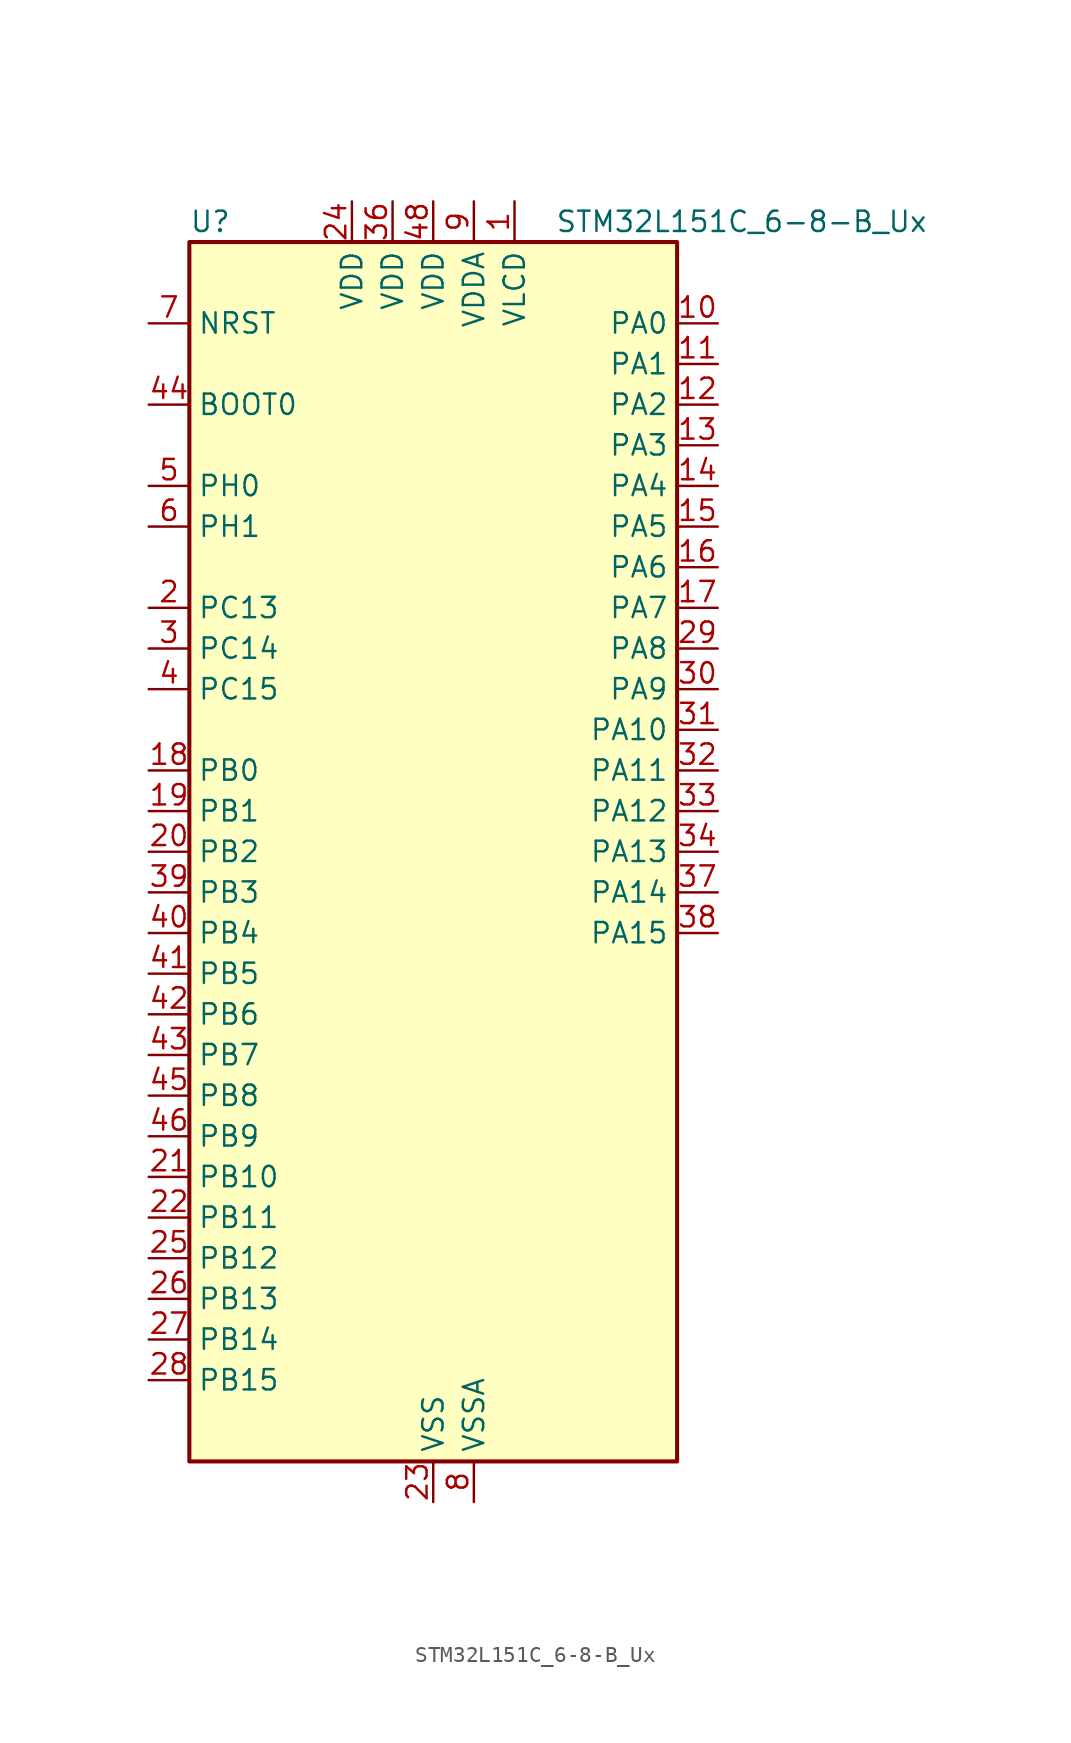
<source format=kicad_sym>
(kicad_symbol_lib
  (version 20241209)
  (generator "kicad_symbol_editor")
  (generator_version "9.0")
  (symbol "STM32L151C_6-8-B_Ux"
    (property "Reference" "U"
      (at -15.24 39.37 0)
      (effects (font (size 1.27 1.27)) (justify left)))
    (property "Value" "STM32L151C_6-8-B_Ux"
      (at 7.62 39.37 0)
      (effects (font (size 1.27 1.27)) (justify left)))
    (symbol "STM32L151C_6-8-B_Ux_0_1"
      (rectangle (start -15.24 -38.1) (end 15.24 38.1) (stroke (width 0.254) (type default)) (fill (type background))))
    (symbol "STM32L151C_6-8-B_Ux_1_1"
      (pin input line (at -17.78 33.02 0) (length 2.54) (name "NRST" (effects (font (size 1.27 1.27)))) (number "7" (effects (font (size 1.27 1.27)))))
      (pin input line (at -17.78 27.94 0) (length 2.54) (name "BOOT0" (effects (font (size 1.27 1.27)))) (number "44" (effects (font (size 1.27 1.27)))))
      (pin bidirectional line (at -17.78 22.86 0) (length 2.54) (name "PH0" (effects (font (size 1.27 1.27)))) (number "5" (effects (font (size 1.27 1.27)))) (alternate "RCC_OSC_IN" bidirectional line))
      (pin bidirectional line (at -17.78 20.32 0) (length 2.54) (name "PH1" (effects (font (size 1.27 1.27)))) (number "6" (effects (font (size 1.27 1.27)))) (alternate "RCC_OSC_OUT" bidirectional line))
      (pin bidirectional line (at -17.78 15.24 0) (length 2.54) (name "PC13" (effects (font (size 1.27 1.27)))) (number "2" (effects (font (size 1.27 1.27)))) (alternate "RTC_OUT_ALARM" bidirectional line) (alternate "RTC_OUT_CALIB" bidirectional line) (alternate "RTC_TAMP1" bidirectional line) (alternate "RTC_TS" bidirectional line) (alternate "SYS_WKUP2" bidirectional line) (alternate "TIMX_IC2" bidirectional line))
      (pin bidirectional line (at -17.78 12.7 0) (length 2.54) (name "PC14" (effects (font (size 1.27 1.27)))) (number "3" (effects (font (size 1.27 1.27)))) (alternate "RCC_OSC32_IN" bidirectional line) (alternate "TIMX_IC3" bidirectional line))
      (pin bidirectional line (at -17.78 10.16 0) (length 2.54) (name "PC15" (effects (font (size 1.27 1.27)))) (number "4" (effects (font (size 1.27 1.27)))) (alternate "ADC_EXTI15" bidirectional line) (alternate "RCC_OSC32_OUT" bidirectional line) (alternate "TIMX_IC4" bidirectional line))
      (pin bidirectional line (at -17.78 5.08 0) (length 2.54) (name "PB0" (effects (font (size 1.27 1.27)))) (number "18" (effects (font (size 1.27 1.27)))) (alternate "ADC_IN8" bidirectional line) (alternate "COMP1_INP" bidirectional line) (alternate "SYS_V_REF_OUT" bidirectional line) (alternate "TIM3_CH3" bidirectional line) (alternate "TS_G3_IO1" bidirectional line))
      (pin bidirectional line (at -17.78 2.54 0) (length 2.54) (name "PB1" (effects (font (size 1.27 1.27)))) (number "19" (effects (font (size 1.27 1.27)))) (alternate "ADC_IN9" bidirectional line) (alternate "COMP1_INP" bidirectional line) (alternate "SYS_V_REF_OUT" bidirectional line) (alternate "TIM3_CH4" bidirectional line) (alternate "TS_G3_IO2" bidirectional line))
      (pin bidirectional line (at -17.78 0 0) (length 2.54) (name "PB2" (effects (font (size 1.27 1.27)))) (number "20" (effects (font (size 1.27 1.27)))))
      (pin bidirectional line (at -17.78 -2.54 0) (length 2.54) (name "PB3" (effects (font (size 1.27 1.27)))) (number "39" (effects (font (size 1.27 1.27)))) (alternate "COMP2_INM" bidirectional line) (alternate "SPI1_SCK" bidirectional line) (alternate "SYS_JTDO-TRACESWO" bidirectional line) (alternate "TIM2_CH2" bidirectional line))
      (pin bidirectional line (at -17.78 -5.08 0) (length 2.54) (name "PB4" (effects (font (size 1.27 1.27)))) (number "40" (effects (font (size 1.27 1.27)))) (alternate "COMP2_INP" bidirectional line) (alternate "SPI1_MISO" bidirectional line) (alternate "SYS_JTRST" bidirectional line) (alternate "TIM3_CH1" bidirectional line) (alternate "TS_G6_IO1" bidirectional line))
      (pin bidirectional line (at -17.78 -7.62 0) (length 2.54) (name "PB5" (effects (font (size 1.27 1.27)))) (number "41" (effects (font (size 1.27 1.27)))) (alternate "COMP2_INP" bidirectional line) (alternate "I2C1_SMBA" bidirectional line) (alternate "SPI1_MOSI" bidirectional line) (alternate "TIM3_CH2" bidirectional line) (alternate "TS_G6_IO2" bidirectional line))
      (pin bidirectional line (at -17.78 -10.16 0) (length 2.54) (name "PB6" (effects (font (size 1.27 1.27)))) (number "42" (effects (font (size 1.27 1.27)))) (alternate "I2C1_SCL" bidirectional line) (alternate "TIM4_CH1" bidirectional line) (alternate "USART1_TX" bidirectional line))
      (pin bidirectional line (at -17.78 -12.7 0) (length 2.54) (name "PB7" (effects (font (size 1.27 1.27)))) (number "43" (effects (font (size 1.27 1.27)))) (alternate "I2C1_SDA" bidirectional line) (alternate "SYS_PVD_IN" bidirectional line) (alternate "TIM4_CH2" bidirectional line) (alternate "USART1_RX" bidirectional line))
      (pin bidirectional line (at -17.78 -15.24 0) (length 2.54) (name "PB8" (effects (font (size 1.27 1.27)))) (number "45" (effects (font (size 1.27 1.27)))) (alternate "I2C1_SCL" bidirectional line) (alternate "TIM10_CH1" bidirectional line) (alternate "TIM4_CH3" bidirectional line))
      (pin bidirectional line (at -17.78 -17.78 0) (length 2.54) (name "PB9" (effects (font (size 1.27 1.27)))) (number "46" (effects (font (size 1.27 1.27)))) (alternate "DAC_EXTI9" bidirectional line) (alternate "I2C1_SDA" bidirectional line) (alternate "TIM11_CH1" bidirectional line) (alternate "TIM4_CH4" bidirectional line))
      (pin bidirectional line (at -17.78 -20.32 0) (length 2.54) (name "PB10" (effects (font (size 1.27 1.27)))) (number "21" (effects (font (size 1.27 1.27)))) (alternate "I2C2_SCL" bidirectional line) (alternate "TIM2_CH3" bidirectional line) (alternate "USART3_TX" bidirectional line))
      (pin bidirectional line (at -17.78 -22.86 0) (length 2.54) (name "PB11" (effects (font (size 1.27 1.27)))) (number "22" (effects (font (size 1.27 1.27)))) (alternate "ADC_EXTI11" bidirectional line) (alternate "I2C2_SDA" bidirectional line) (alternate "TIM2_CH4" bidirectional line) (alternate "USART3_RX" bidirectional line))
      (pin bidirectional line (at -17.78 -25.4 0) (length 2.54) (name "PB12" (effects (font (size 1.27 1.27)))) (number "25" (effects (font (size 1.27 1.27)))) (alternate "ADC_IN18" bidirectional line) (alternate "COMP1_INP" bidirectional line) (alternate "I2C2_SMBA" bidirectional line) (alternate "SPI2_NSS" bidirectional line) (alternate "TIM10_CH1" bidirectional line) (alternate "TS_G7_IO1" bidirectional line) (alternate "USART3_CK" bidirectional line))
      (pin bidirectional line (at -17.78 -27.94 0) (length 2.54) (name "PB13" (effects (font (size 1.27 1.27)))) (number "26" (effects (font (size 1.27 1.27)))) (alternate "ADC_IN19" bidirectional line) (alternate "COMP1_INP" bidirectional line) (alternate "SPI2_SCK" bidirectional line) (alternate "TIM9_CH1" bidirectional line) (alternate "TS_G7_IO2" bidirectional line) (alternate "USART3_CTS" bidirectional line))
      (pin bidirectional line (at -17.78 -30.48 0) (length 2.54) (name "PB14" (effects (font (size 1.27 1.27)))) (number "27" (effects (font (size 1.27 1.27)))) (alternate "ADC_IN20" bidirectional line) (alternate "COMP1_INP" bidirectional line) (alternate "SPI2_MISO" bidirectional line) (alternate "TIM9_CH2" bidirectional line) (alternate "TS_G7_IO3" bidirectional line) (alternate "USART3_RTS" bidirectional line))
      (pin bidirectional line (at -17.78 -33.02 0) (length 2.54) (name "PB15" (effects (font (size 1.27 1.27)))) (number "28" (effects (font (size 1.27 1.27)))) (alternate "ADC_EXTI15" bidirectional line) (alternate "ADC_IN21" bidirectional line) (alternate "COMP1_INP" bidirectional line) (alternate "RTC_REFIN" bidirectional line) (alternate "SPI2_MOSI" bidirectional line) (alternate "TIM11_CH1" bidirectional line) (alternate "TS_G7_IO4" bidirectional line))
      (pin power_in line (at -5.08 40.64 270) (length 2.54) (name "VDD" (effects (font (size 1.27 1.27)))) (number "24" (effects (font (size 1.27 1.27)))))
      (pin power_in line (at -2.54 40.64 270) (length 2.54) (name "VDD" (effects (font (size 1.27 1.27)))) (number "36" (effects (font (size 1.27 1.27)))))
      (pin power_in line (at 0 40.64 270) (length 2.54) (name "VDD" (effects (font (size 1.27 1.27)))) (number "48" (effects (font (size 1.27 1.27)))))
      (pin power_in line (at 0 -40.64 90) (length 2.54) (name "VSS" (effects (font (size 1.27 1.27)))) (number "23" (effects (font (size 1.27 1.27)))))
      (pin passive line (at 0 -40.64 90) (length 2.54) (hide yes) (name "VSS" (effects (font (size 1.27 1.27)))) (number "35" (effects (font (size 1.27 1.27)))))
      (pin passive line (at 0 -40.64 90) (length 2.54) (hide yes) (name "VSS" (effects (font (size 1.27 1.27)))) (number "47" (effects (font (size 1.27 1.27)))))
      (pin passive line (at 0 -40.64 90) (length 2.54) (hide yes) (name "VSS" (effects (font (size 1.27 1.27)))) (number "49" (effects (font (size 1.27 1.27)))))
      (pin power_in line (at 2.54 40.64 270) (length 2.54) (name "VDDA" (effects (font (size 1.27 1.27)))) (number "9" (effects (font (size 1.27 1.27)))))
      (pin power_in line (at 2.54 -40.64 90) (length 2.54) (name "VSSA" (effects (font (size 1.27 1.27)))) (number "8" (effects (font (size 1.27 1.27)))))
      (pin power_in line (at 5.08 40.64 270) (length 2.54) (name "VLCD" (effects (font (size 1.27 1.27)))) (number "1" (effects (font (size 1.27 1.27)))))
      (pin bidirectional line (at 17.78 33.02 180) (length 2.54) (name "PA0" (effects (font (size 1.27 1.27)))) (number "10" (effects (font (size 1.27 1.27)))) (alternate "ADC_IN0" bidirectional line) (alternate "COMP1_INP" bidirectional line) (alternate "SYS_WKUP1" bidirectional line) (alternate "TIM2_CH1" bidirectional line) (alternate "TIM2_ETR" bidirectional line) (alternate "TIMX_IC1" bidirectional line) (alternate "TS_G1_IO1" bidirectional line) (alternate "USART2_CTS" bidirectional line))
      (pin bidirectional line (at 17.78 30.48 180) (length 2.54) (name "PA1" (effects (font (size 1.27 1.27)))) (number "11" (effects (font (size 1.27 1.27)))) (alternate "ADC_IN1" bidirectional line) (alternate "COMP1_INP" bidirectional line) (alternate "TIM2_CH2" bidirectional line) (alternate "TIMX_IC2" bidirectional line) (alternate "TS_G1_IO2" bidirectional line) (alternate "USART2_RTS" bidirectional line))
      (pin bidirectional line (at 17.78 27.94 180) (length 2.54) (name "PA2" (effects (font (size 1.27 1.27)))) (number "12" (effects (font (size 1.27 1.27)))) (alternate "ADC_IN2" bidirectional line) (alternate "COMP1_INP" bidirectional line) (alternate "TIM2_CH3" bidirectional line) (alternate "TIM9_CH1" bidirectional line) (alternate "TIMX_IC3" bidirectional line) (alternate "TS_G1_IO3" bidirectional line) (alternate "USART2_TX" bidirectional line))
      (pin bidirectional line (at 17.78 25.4 180) (length 2.54) (name "PA3" (effects (font (size 1.27 1.27)))) (number "13" (effects (font (size 1.27 1.27)))) (alternate "ADC_IN3" bidirectional line) (alternate "COMP1_INP" bidirectional line) (alternate "TIM2_CH4" bidirectional line) (alternate "TIM9_CH2" bidirectional line) (alternate "TIMX_IC4" bidirectional line) (alternate "TS_G1_IO4" bidirectional line) (alternate "USART2_RX" bidirectional line))
      (pin bidirectional line (at 17.78 22.86 180) (length 2.54) (name "PA4" (effects (font (size 1.27 1.27)))) (number "14" (effects (font (size 1.27 1.27)))) (alternate "ADC_IN4" bidirectional line) (alternate "COMP1_INP" bidirectional line) (alternate "DAC_OUT1" bidirectional line) (alternate "SPI1_NSS" bidirectional line) (alternate "TIMX_IC1" bidirectional line) (alternate "USART2_CK" bidirectional line))
      (pin bidirectional line (at 17.78 20.32 180) (length 2.54) (name "PA5" (effects (font (size 1.27 1.27)))) (number "15" (effects (font (size 1.27 1.27)))) (alternate "ADC_IN5" bidirectional line) (alternate "COMP1_INP" bidirectional line) (alternate "DAC_OUT2" bidirectional line) (alternate "SPI1_SCK" bidirectional line) (alternate "TIM2_CH1" bidirectional line) (alternate "TIM2_ETR" bidirectional line) (alternate "TIMX_IC2" bidirectional line))
      (pin bidirectional line (at 17.78 17.78 180) (length 2.54) (name "PA6" (effects (font (size 1.27 1.27)))) (number "16" (effects (font (size 1.27 1.27)))) (alternate "ADC_IN6" bidirectional line) (alternate "COMP1_INP" bidirectional line) (alternate "SPI1_MISO" bidirectional line) (alternate "TIM10_CH1" bidirectional line) (alternate "TIM3_CH1" bidirectional line) (alternate "TIMX_IC3" bidirectional line) (alternate "TS_G2_IO1" bidirectional line))
      (pin bidirectional line (at 17.78 15.24 180) (length 2.54) (name "PA7" (effects (font (size 1.27 1.27)))) (number "17" (effects (font (size 1.27 1.27)))) (alternate "ADC_IN7" bidirectional line) (alternate "COMP1_INP" bidirectional line) (alternate "SPI1_MOSI" bidirectional line) (alternate "TIM11_CH1" bidirectional line) (alternate "TIM3_CH2" bidirectional line) (alternate "TIMX_IC4" bidirectional line) (alternate "TS_G2_IO2" bidirectional line))
      (pin bidirectional line (at 17.78 12.7 180) (length 2.54) (name "PA8" (effects (font (size 1.27 1.27)))) (number "29" (effects (font (size 1.27 1.27)))) (alternate "RCC_MCO" bidirectional line) (alternate "TIMX_IC1" bidirectional line) (alternate "TS_G4_IO1" bidirectional line) (alternate "USART1_CK" bidirectional line))
      (pin bidirectional line (at 17.78 10.16 180) (length 2.54) (name "PA9" (effects (font (size 1.27 1.27)))) (number "30" (effects (font (size 1.27 1.27)))) (alternate "DAC_EXTI9" bidirectional line) (alternate "TIMX_IC2" bidirectional line) (alternate "TS_G4_IO2" bidirectional line) (alternate "USART1_TX" bidirectional line))
      (pin bidirectional line (at 17.78 7.62 180) (length 2.54) (name "PA10" (effects (font (size 1.27 1.27)))) (number "31" (effects (font (size 1.27 1.27)))) (alternate "TIMX_IC3" bidirectional line) (alternate "TS_G4_IO3" bidirectional line) (alternate "USART1_RX" bidirectional line))
      (pin bidirectional line (at 17.78 5.08 180) (length 2.54) (name "PA11" (effects (font (size 1.27 1.27)))) (number "32" (effects (font (size 1.27 1.27)))) (alternate "ADC_EXTI11" bidirectional line) (alternate "SPI1_MISO" bidirectional line) (alternate "TIMX_IC4" bidirectional line) (alternate "USART1_CTS" bidirectional line) (alternate "USB_DM" bidirectional line))
      (pin bidirectional line (at 17.78 2.54 180) (length 2.54) (name "PA12" (effects (font (size 1.27 1.27)))) (number "33" (effects (font (size 1.27 1.27)))) (alternate "SPI1_MOSI" bidirectional line) (alternate "TIMX_IC1" bidirectional line) (alternate "USART1_RTS" bidirectional line) (alternate "USB_DP" bidirectional line))
      (pin bidirectional line (at 17.78 0 180) (length 2.54) (name "PA13" (effects (font (size 1.27 1.27)))) (number "34" (effects (font (size 1.27 1.27)))) (alternate "SYS_JTMS-SWDIO" bidirectional line) (alternate "TIMX_IC2" bidirectional line) (alternate "TS_G5_IO1" bidirectional line))
      (pin bidirectional line (at 17.78 -2.54 180) (length 2.54) (name "PA14" (effects (font (size 1.27 1.27)))) (number "37" (effects (font (size 1.27 1.27)))) (alternate "SYS_JTCK-SWCLK" bidirectional line) (alternate "TIMX_IC3" bidirectional line) (alternate "TS_G5_IO2" bidirectional line))
      (pin bidirectional line (at 17.78 -5.08 180) (length 2.54) (name "PA15" (effects (font (size 1.27 1.27)))) (number "38" (effects (font (size 1.27 1.27)))) (alternate "ADC_EXTI15" bidirectional line) (alternate "SPI1_NSS" bidirectional line) (alternate "SYS_JTDI" bidirectional line) (alternate "TIM2_CH1" bidirectional line) (alternate "TIM2_ETR" bidirectional line) (alternate "TIMX_IC4" bidirectional line) (alternate "TS_G5_IO3" bidirectional line)))))
</source>
